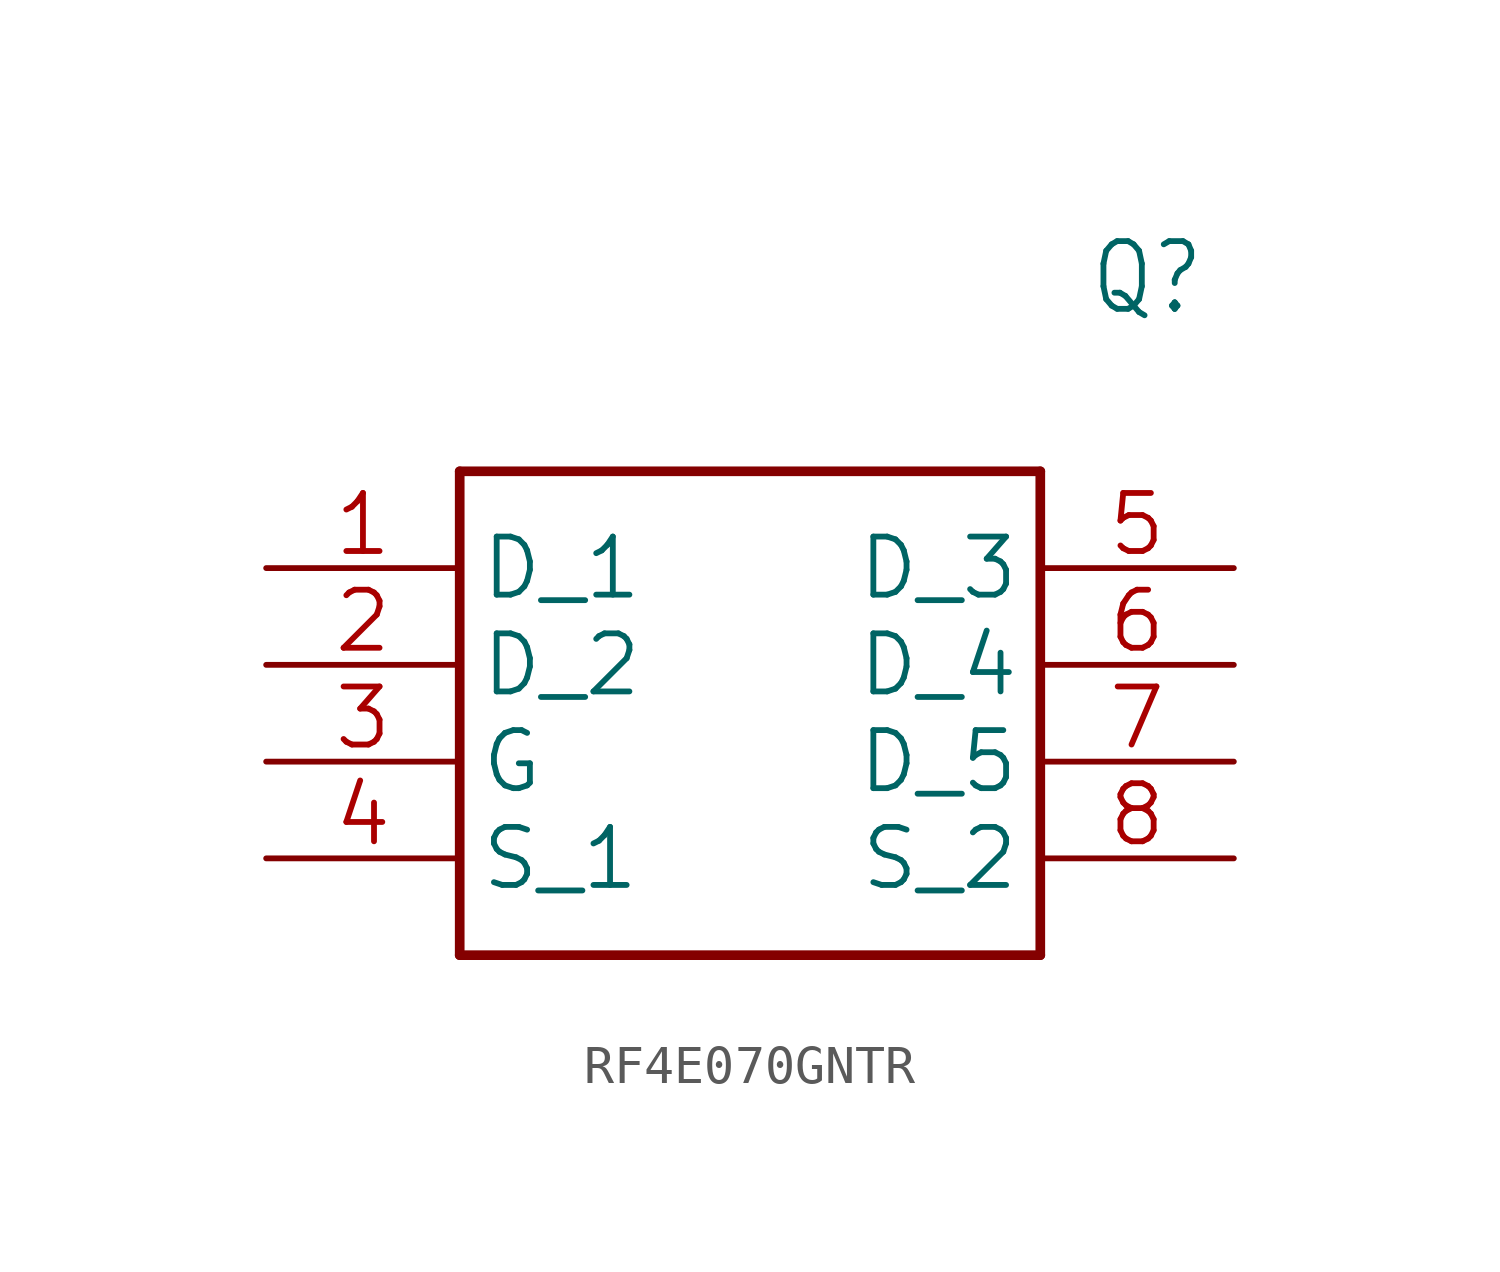
<source format=kicad_sym>
(kicad_symbol_lib
  (version 20241209)
  (generator "kicad_symbol_editor")
  (generator_version "9.0")
  (symbol "RF4E070GNTR"
    (property "Reference" "Q"
      (at 21.59 7.62 0)
      (effects (font (size 1.778 1.511)) (justify left)))
    (property "Value" ""
      (at 21.59 5.08 0)
      (effects (font (size 1.778 1.511)) (justify left)))
    (property "ki_locked" ""
      (at 0 0 0)
      (effects (font (size 1.27 1.27))))
    (symbol "RF4E070GNTR_1_0"
      (polyline (pts (xy 5.08 2.54) (xy 5.08 -10.16)) (stroke (width 0.254) (type solid)) (fill (type none)))
      (polyline (pts (xy 5.08 2.54) (xy 20.32 2.54)) (stroke (width 0.254) (type solid)) (fill (type none)))
      (polyline (pts (xy 20.32 -10.16) (xy 5.08 -10.16)) (stroke (width 0.254) (type solid)) (fill (type none)))
      (polyline (pts (xy 20.32 -10.16) (xy 20.32 2.54)) (stroke (width 0.254) (type solid)) (fill (type none)))
      (pin bidirectional line (at 0 0 0) (length 5.08) (name "D_1" (effects (font (size 1.524 1.524)))) (number "1" (effects (font (size 1.524 1.524)))))
      (pin bidirectional line (at 0 -2.54 0) (length 5.08) (name "D_2" (effects (font (size 1.524 1.524)))) (number "2" (effects (font (size 1.524 1.524)))))
      (pin bidirectional line (at 0 -5.08 0) (length 5.08) (name "G" (effects (font (size 1.524 1.524)))) (number "3" (effects (font (size 1.524 1.524)))))
      (pin bidirectional line (at 0 -7.62 0) (length 5.08) (name "S_1" (effects (font (size 1.524 1.524)))) (number "4" (effects (font (size 1.524 1.524)))))
      (pin bidirectional line (at 25.4 0 180) (length 5.08) (name "D_3" (effects (font (size 1.524 1.524)))) (number "5" (effects (font (size 1.524 1.524)))))
      (pin bidirectional line (at 25.4 -2.54 180) (length 5.08) (name "D_4" (effects (font (size 1.524 1.524)))) (number "6" (effects (font (size 1.524 1.524)))))
      (pin bidirectional line (at 25.4 -5.08 180) (length 5.08) (name "D_5" (effects (font (size 1.524 1.524)))) (number "7" (effects (font (size 1.524 1.524)))))
      (pin bidirectional line (at 25.4 -7.62 180) (length 5.08) (name "S_2" (effects (font (size 1.524 1.524)))) (number "8" (effects (font (size 1.524 1.524))))))))
</source>
